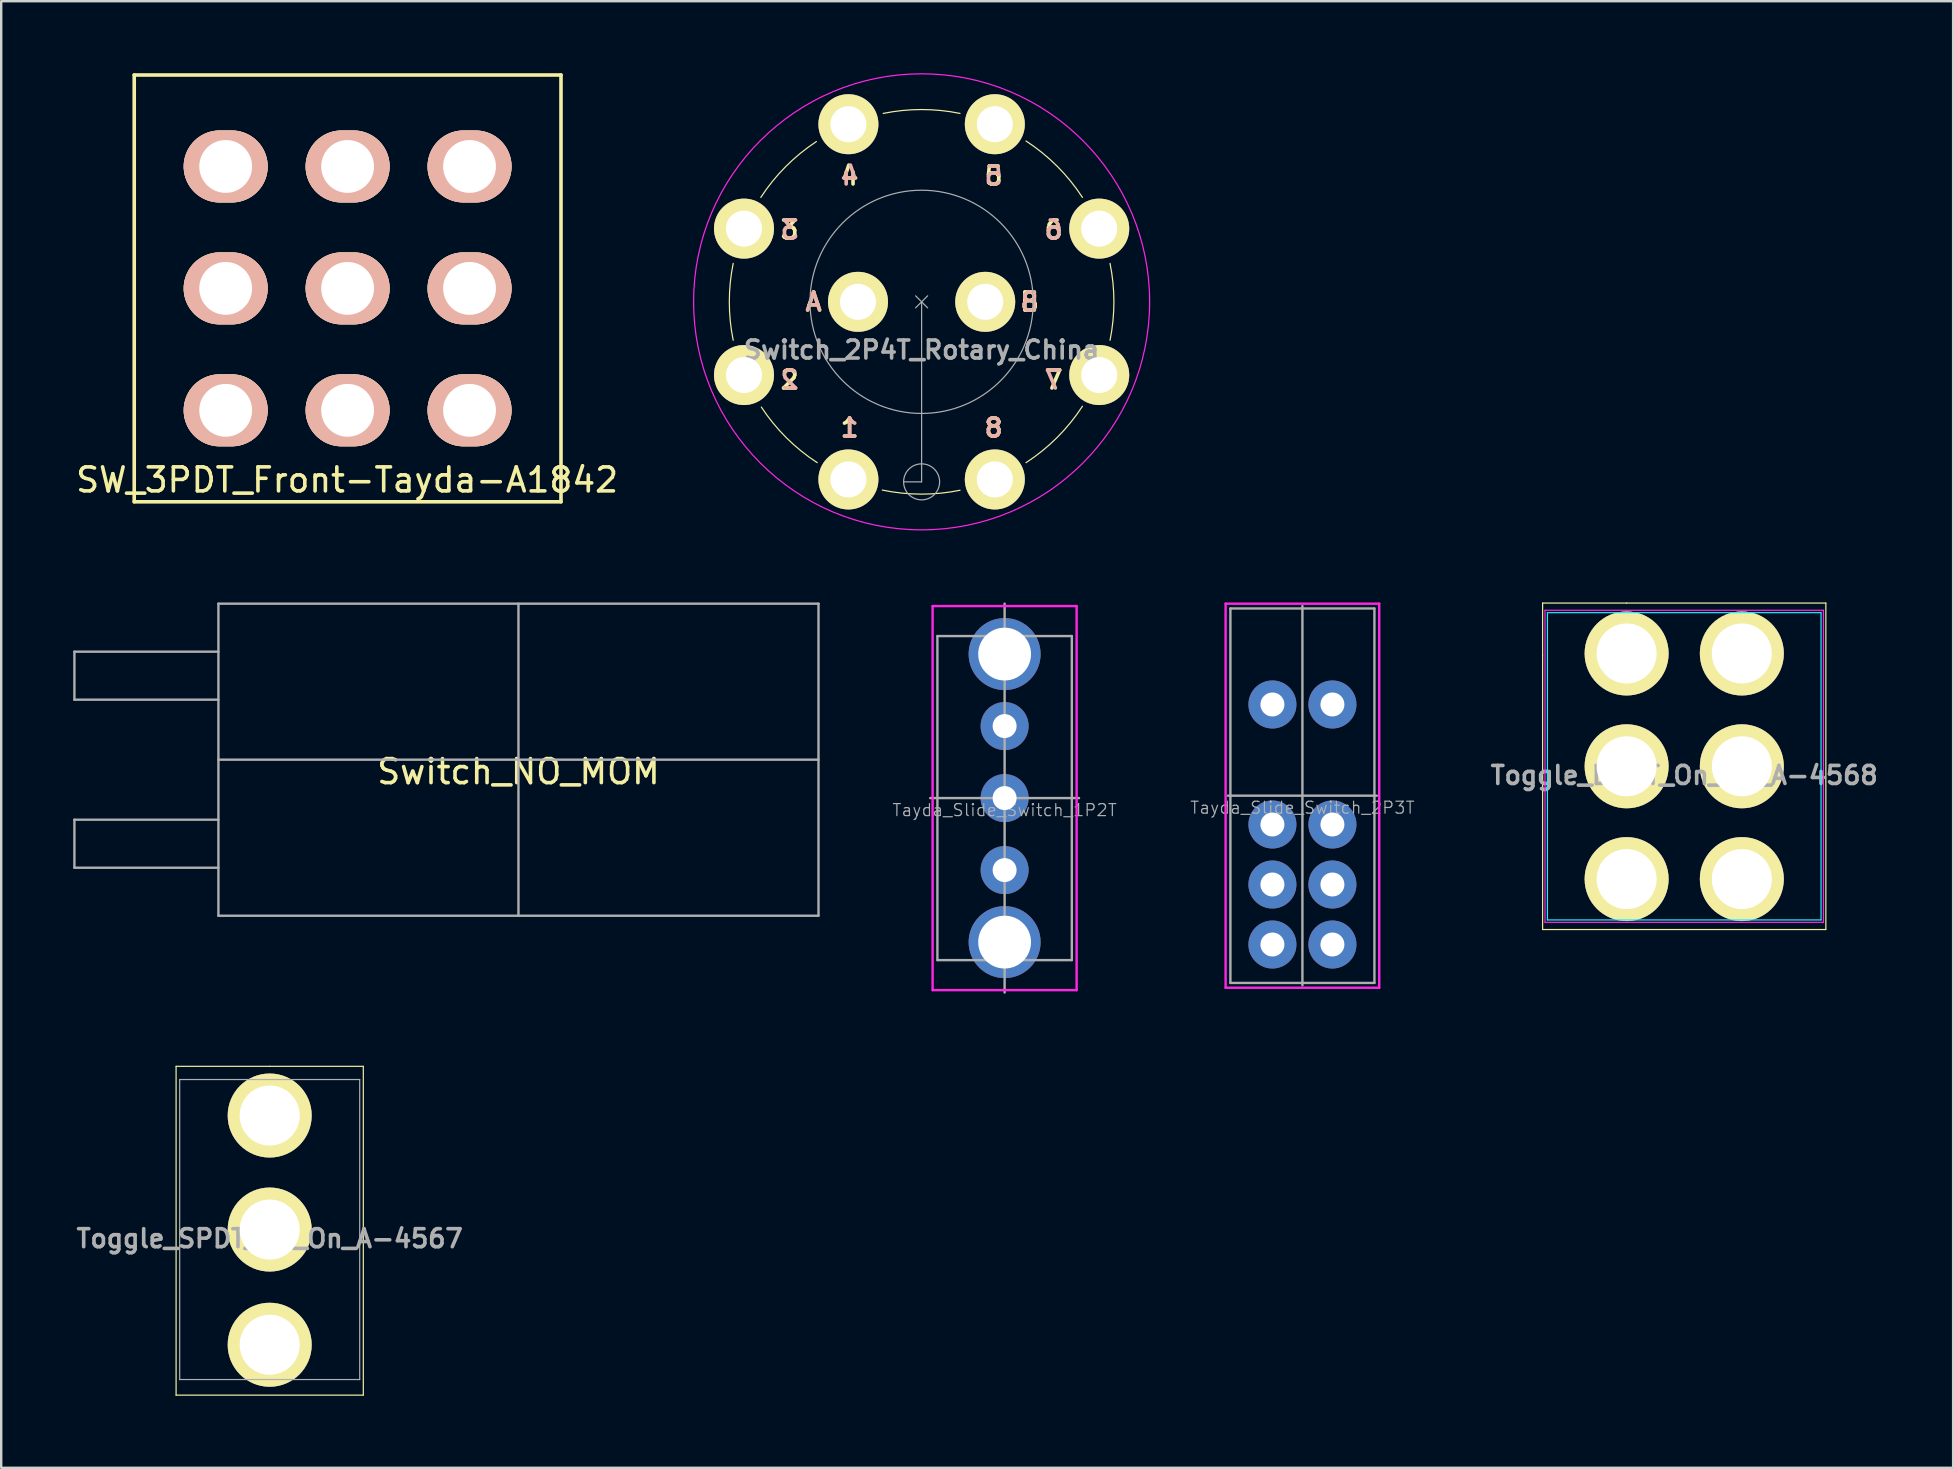
<source format=kicad_pcb>
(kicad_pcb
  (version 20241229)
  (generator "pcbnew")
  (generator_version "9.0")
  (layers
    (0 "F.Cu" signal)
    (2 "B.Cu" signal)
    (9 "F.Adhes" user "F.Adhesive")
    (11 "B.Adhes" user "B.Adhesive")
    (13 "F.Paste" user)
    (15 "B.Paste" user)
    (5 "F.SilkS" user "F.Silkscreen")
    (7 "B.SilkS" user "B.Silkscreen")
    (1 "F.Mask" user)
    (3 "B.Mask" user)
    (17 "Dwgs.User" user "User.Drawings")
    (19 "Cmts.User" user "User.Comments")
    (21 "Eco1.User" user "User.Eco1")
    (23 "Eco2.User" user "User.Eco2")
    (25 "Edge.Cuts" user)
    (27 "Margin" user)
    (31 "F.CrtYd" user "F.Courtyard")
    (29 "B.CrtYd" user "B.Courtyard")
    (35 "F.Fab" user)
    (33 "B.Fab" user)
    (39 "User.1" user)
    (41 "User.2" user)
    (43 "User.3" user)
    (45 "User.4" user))
  (footprint "Switch_NO_MOM"
    (layer "F.Cu")
    (at 18.55 28.6)
    (property "Reference" "Switch_NO_MOM" (at 0 0.5 0) (layer "F.SilkS") (effects (font (size 1 1) (thickness 0.15))))
    (attr through_hole)
    (fp_line (start -18.5 -4.5) (end -18.5 -2.5) (stroke (width 0.1) (type solid)) (layer "F.Fab"))
    (fp_line (start -18.5 -2.5) (end -12.5 -2.5) (stroke (width 0.1) (type solid)) (layer "F.Fab"))
    (fp_line (start -18.5 2.5) (end -12.5 2.5) (stroke (width 0.1) (type solid)) (layer "F.Fab"))
    (fp_line (start -18.5 4.5) (end -18.5 2.5) (stroke (width 0.1) (type solid)) (layer "F.Fab"))
    (fp_line (start -12.5 -6.5) (end -12.5 6.5) (stroke (width 0.1) (type solid)) (layer "F.Fab"))
    (fp_line (start -12.5 -4.5) (end -18.5 -4.5) (stroke (width 0.1) (type solid)) (layer "F.Fab"))
    (fp_line (start -12.5 0) (end 12.5 0) (stroke (width 0.1) (type solid)) (layer "F.Fab"))
    (fp_line (start -12.5 4.5) (end -18.5 4.5) (stroke (width 0.1) (type solid)) (layer "F.Fab"))
    (fp_line (start -12.5 6.5) (end 12.5 6.5) (stroke (width 0.1) (type solid)) (layer "F.Fab"))
    (fp_line (start 0 -6.5) (end 0 6.5) (stroke (width 0.1) (type solid)) (layer "F.Fab"))
    (fp_line (start 12.5 -6.5) (end -12.5 -6.5) (stroke (width 0.1) (type solid)) (layer "F.Fab"))
    (fp_line (start 12.5 6.5) (end 12.5 -6.5) (stroke (width 0.1) (type solid)) (layer "F.Fab")))
  (footprint "Tayda_Slide_Switch_2P3T"
    (layer "F.Cu")
    (at 51.211 30.1)
    (property "Reference" "Tayda_Slide_Switch_2P3T" (at 0 0.5 0) (layer "F.Fab") (effects (font (size 0.5 0.5) (thickness 0.05))))
    (attr through_hole)
    (fp_line (start -3.2 -8) (end 3.2 -8) (stroke (width 0.1) (type solid)) (layer "F.CrtYd"))
    (fp_line (start -3.2 8) (end -3.2 -8) (stroke (width 0.1) (type solid)) (layer "F.CrtYd"))
    (fp_line (start 3.2 -8) (end 3.2 8) (stroke (width 0.1) (type solid)) (layer "F.CrtYd"))
    (fp_line (start 3.2 8) (end -3.2 8) (stroke (width 0.1) (type solid)) (layer "F.CrtYd"))
    (fp_line (start -3.1 0) (end 3.1 0) (stroke (width 0.1) (type solid)) (layer "F.Fab"))
    (fp_line (start -3 -7.8) (end -3 7.8) (stroke (width 0.1) (type solid)) (layer "F.Fab"))
    (fp_line (start -3 7.8) (end 3 7.8) (stroke (width 0.1) (type solid)) (layer "F.Fab"))
    (fp_line (start 0 -7.9) (end 0 7.9) (stroke (width 0.1) (type solid)) (layer "F.Fab"))
    (fp_line (start 3 -7.8) (end -3 -7.8) (stroke (width 0.1) (type solid)) (layer "F.Fab"))
    (fp_line (start 3 7.8) (end 3 -7.8) (stroke (width 0.1) (type solid)) (layer "F.Fab"))
    (pad "1" thru_hole circle (at -1.25 -3.8) (size 2 2) (drill 1) (layers "*.Cu" "*.Mask"))
    (pad "1" thru_hole circle (at -1.25 1.2) (size 2 2) (drill 1) (layers "*.Cu" "*.Mask"))
    (pad "1" thru_hole circle (at -1.25 3.7) (size 2 2) (drill 1) (layers "*.Cu" "*.Mask"))
    (pad "1" thru_hole circle (at -1.25 6.2) (size 2 2) (drill 1) (layers "*.Cu" "*.Mask"))
    (pad "1" thru_hole circle (at 1.25 -3.8) (size 2 2) (drill 1) (layers "*.Cu" "*.Mask"))
    (pad "1" thru_hole circle (at 1.25 3.7) (size 2 2) (drill 1) (layers "*.Cu" "*.Mask"))
    (pad "1" thru_hole circle (at 1.25 6.2) (size 2 2) (drill 1) (layers "*.Cu" "*.Mask"))
    (pad "2" thru_hole circle (at 1.25 1.2) (size 2 2) (drill 1) (layers "*.Cu" "*.Mask")))
  (footprint "Tayda_Slide_Switch_1P2T"
    (layer "F.Cu")
    (at 38.804 30.2)
    (property "Reference" "Tayda_Slide_Switch_1P2T" (at 0 0.5 0) (layer "F.Fab") (effects (font (size 0.5 0.5) (thickness 0.05))))
    (attr through_hole)
    (fp_line (start -3 -8) (end 0 -8) (stroke (width 0.1) (type solid)) (layer "F.CrtYd"))
    (fp_line (start -3 8) (end -3 -8) (stroke (width 0.1) (type solid)) (layer "F.CrtYd"))
    (fp_line (start 0 -8) (end 3 -8) (stroke (width 0.1) (type solid)) (layer "F.CrtYd"))
    (fp_line (start 3 -8) (end 3 8) (stroke (width 0.1) (type solid)) (layer "F.CrtYd"))
    (fp_line (start 3 8) (end -3 8) (stroke (width 0.1) (type solid)) (layer "F.CrtYd"))
    (fp_line (start -2.8 -6.75) (end -2.8 6.75) (stroke (width 0.1) (type solid)) (layer "F.Fab"))
    (fp_line (start -2.8 6.75) (end 2.8 6.75) (stroke (width 0.1) (type solid)) (layer "F.Fab"))
    (fp_line (start 0 -8.1) (end 0 8.1) (stroke (width 0.1) (type solid)) (layer "F.Fab"))
    (fp_line (start 2.8 -6.75) (end -2.8 -6.75) (stroke (width 0.1) (type solid)) (layer "F.Fab"))
    (fp_line (start 2.8 6.75) (end 2.8 -6.75) (stroke (width 0.1) (type solid)) (layer "F.Fab"))
    (fp_line (start 3.1 0) (end -3.1 0) (stroke (width 0.1) (type solid)) (layer "F.Fab"))
    (pad "1" thru_hole circle (at 0 0) (size 2 2) (drill 1) (layers "*.Cu" "*.Mask"))
    (pad "2" thru_hole circle (at 0 -3) (size 2 2) (drill 1) (layers "*.Cu" "*.Mask"))
    (pad "3" thru_hole circle (at 0 3) (size 2 2) (drill 1) (layers "*.Cu" "*.Mask"))
    (pad "MH" thru_hole circle (at 0 -6) (size 3 3) (drill 2.2) (layers "*.Cu" "*.Mask"))
    (pad "MH" thru_hole circle (at 0 6) (size 3 3) (drill 2.2) (layers "*.Cu" "*.Mask")))
  (footprint "Toggle_SPDT_On_On_A-4567"
    (layer "F.Cu")
    (at 8.186 48.175)
    (property "Reference" "Toggle_SPDT_On_On_A-4567" (at 0 0.375 0) (layer "F.Fab") (effects (font (size 0.75 0.75) (thickness 0.15))))
    (attr through_hole)
    (fp_line (start -3.9 -6.8) (end -3.9 6.9) (stroke (width 0.05) (type solid)) (layer "F.SilkS"))
    (fp_line (start -3.9 6.9) (end 3.9 6.9) (stroke (width 0.05) (type solid)) (layer "F.SilkS"))
    (fp_line (start 0 -6.8) (end -3.9 -6.8) (stroke (width 0.05) (type solid)) (layer "F.SilkS"))
    (fp_line (start 3.9 -6.8) (end 0 -6.8) (stroke (width 0.05) (type solid)) (layer "F.SilkS"))
    (fp_line (start 3.9 6.9) (end 3.9 -6.8) (stroke (width 0.05) (type solid)) (layer "F.SilkS"))
    (fp_line (start -3.75 -6.25) (end -3.75 6.25) (stroke (width 0.05) (type solid)) (layer "F.Fab"))
    (fp_line (start -3.75 6.25) (end 3.75 6.25) (stroke (width 0.05) (type solid)) (layer "F.Fab"))
    (fp_line (start 3.75 -6.25) (end -3.75 -6.25) (stroke (width 0.05) (type solid)) (layer "F.Fab"))
    (fp_line (start 3.75 6.25) (end 3.75 -6.25) (stroke (width 0.05) (type solid)) (layer "F.Fab"))
    (pad "1" thru_hole circle (at 0 -4.75) (size 3.5 3.5) (drill 2.5) (layers "*.Cu" "*.Mask" "F.SilkS"))
    (pad "2" thru_hole circle (at 0 0) (size 3.5 3.5) (drill 2.5) (layers "*.Cu" "*.Mask" "F.SilkS"))
    (pad "3" thru_hole circle (at 0 4.8) (size 3.5 3.5) (drill 2.5) (layers "*.Cu" "*.Mask" "F.SilkS")))
  (footprint "SW_3PDT_Front-Tayda-A1842"
    (layer "F.Cu")
    (at 11.432 8.965)
    (property "Reference" "SW_3PDT_Front-Tayda-A1842" (at -0.021 7.98 0) (layer "F.SilkS") (effects (font (size 1 1) (thickness 0.15))))
    (attr through_hole)
    (fp_line (start -8.89 -8.89) (end -8.89 8.89) (stroke (width 0.15) (type solid)) (layer "F.SilkS"))
    (fp_line (start -8.89 8.89) (end 8.89 8.89) (stroke (width 0.15) (type solid)) (layer "F.SilkS"))
    (fp_line (start 8.89 -8.89) (end -8.89 -8.89) (stroke (width 0.15) (type solid)) (layer "F.SilkS"))
    (fp_line (start 8.89 8.89) (end 8.89 -8.89) (stroke (width 0.15) (type solid)) (layer "F.SilkS"))
    (pad "1" thru_hole oval (at -5.08 -5.08) (size 3.5 3) (drill 2.2) (layers "*.Cu" "*.SilkS" "*.Mask"))
    (pad "2" thru_hole oval (at -5.08 0) (size 3.5 3) (drill 2.2) (layers "*.Cu" "*.SilkS" "*.Mask"))
    (pad "3" thru_hole oval (at -5.08 5.08) (size 3.5 3) (drill 2.2) (layers "*.Cu" "*.SilkS" "*.Mask"))
    (pad "4" thru_hole oval (at 0 -5.08) (size 3.5 3) (drill 2.2) (layers "*.Cu" "*.SilkS" "*.Mask"))
    (pad "5" thru_hole oval (at 0 0) (size 3.5 3) (drill 2.2) (layers "*.Cu" "*.SilkS" "*.Mask"))
    (pad "6" thru_hole oval (at 0 5.08) (size 3.5 3) (drill 2.2) (layers "*.Cu" "*.SilkS" "*.Mask"))
    (pad "7" thru_hole oval (at 5.08 -5.08) (size 3.5 3) (drill 2.2) (layers "*.Cu" "*.SilkS" "*.Mask"))
    (pad "8" thru_hole oval (at 5.08 0) (size 3.5 3) (drill 2.2) (layers "*.Cu" "*.SilkS" "*.Mask"))
    (pad "9" thru_hole oval (at 5.08 5.08) (size 3.5 3) (drill 2.2) (layers "*.Cu" "*.SilkS" "*.Mask")))
  (footprint "Toggle_DPDT_On_On_A-4568"
    (layer "F.Cu")
    (at 67.118 28.875)
    (property "Reference" "Toggle_DPDT_On_On_A-4568" (at 0 0.375 0) (layer "F.Fab") (effects (font (size 0.75 0.75) (thickness 0.15))))
    (attr through_hole)
    (fp_line (start -5.9 -6.8) (end -5.9 -4.6) (stroke (width 0.05) (type solid)) (layer "F.SilkS"))
    (fp_line (start -5.9 -4.6) (end -5.9 6.8) (stroke (width 0.05) (type solid)) (layer "F.SilkS"))
    (fp_line (start -5.9 6.8) (end 5.9 6.8) (stroke (width 0.05) (type solid)) (layer "F.SilkS"))
    (fp_line (start -2.4 -6.8) (end -5.9 -6.8) (stroke (width 0.05) (type solid)) (layer "F.SilkS"))
    (fp_line (start 5.9 -6.8) (end -2.4 -6.8) (stroke (width 0.05) (type solid)) (layer "F.SilkS"))
    (fp_line (start 5.9 6.8) (end 5.9 -6.8) (stroke (width 0.05) (type solid)) (layer "F.SilkS"))
    (fp_line (start -5.7 -6.4) (end -5.7 6.4) (stroke (width 0.05) (type solid)) (layer "B.CrtYd"))
    (fp_line (start -5.7 6.4) (end 5.7 6.4) (stroke (width 0.05) (type solid)) (layer "B.CrtYd"))
    (fp_line (start 5.7 -6.4) (end -5.7 -6.4) (stroke (width 0.05) (type solid)) (layer "B.CrtYd"))
    (fp_line (start 5.7 6.4) (end 5.7 -6.4) (stroke (width 0.05) (type solid)) (layer "B.CrtYd"))
    (fp_line (start -5.8 -6.5) (end -5.8 6.5) (stroke (width 0.05) (type solid)) (layer "F.CrtYd"))
    (fp_line (start -5.8 6.5) (end 5.8 6.5) (stroke (width 0.05) (type solid)) (layer "F.CrtYd"))
    (fp_line (start 5.8 -6.5) (end -5.8 -6.5) (stroke (width 0.05) (type solid)) (layer "F.CrtYd"))
    (fp_line (start 5.8 6.5) (end 5.8 -6.5) (stroke (width 0.05) (type solid)) (layer "F.CrtYd"))
    (pad "1" thru_hole circle (at -2.4 0) (size 3.5 3.5) (drill 2.5) (layers "*.Cu" "*.Mask" "F.SilkS"))
    (pad "2" thru_hole circle (at 2.4 0) (size 3.5 3.5) (drill 2.5) (layers "*.Cu" "*.Mask" "F.SilkS"))
    (pad "3" thru_hole circle (at 2.4 -4.7) (size 3.5 3.5) (drill 2.5) (layers "*.Cu" "*.Mask" "F.SilkS"))
    (pad "4" thru_hole circle (at -2.4 -4.7) (size 3.5 3.5) (drill 2.5) (layers "*.Cu" "*.Mask" "F.SilkS"))
    (pad "5" thru_hole circle (at -2.4 4.7) (size 3.5 3.5) (drill 2.5) (layers "*.Cu" "*.Mask" "F.SilkS"))
    (pad "6" thru_hole circle (at 2.4 4.7) (size 3.5 3.5) (drill 2.5) (layers "*.Cu" "*.Mask" "F.SilkS")))
  (footprint "Switch_2P4T_Rotary_China"
    (layer "F.Cu")
    (at 35.346 9.525)
    (property "Reference" "Switch_2P4T_Rotary_China" (at 0 2 0) (layer "F.Fab") (effects (font (size 0.75 0.75) (thickness 0.15))))
    (attr through_hole)
    (fp_arc (start -7.85 1.6) (mid -8.011398 0) (end -7.85 -1.6) (stroke (width 0.05) (type solid)) (layer "F.SilkS"))
    (fp_arc (start -6.7 -4.35) (mid -5.663319 -5.633766) (end -4.384994 -6.67715) (stroke (width 0.05) (type solid)) (layer "F.SilkS"))
    (fp_arc (start -4.35 6.7) (mid -5.633766 5.663319) (end -6.67715 4.384994) (stroke (width 0.05) (type solid)) (layer "F.SilkS"))
    (fp_arc (start -1.6 -7.85) (mid 0 -8.011398) (end 1.6 -7.85) (stroke (width 0.05) (type solid)) (layer "F.SilkS"))
    (fp_arc (start 1.6 7.85) (mid -0.019361 8.011375) (end -1.637923 7.842175) (stroke (width 0.05) (type solid)) (layer "F.SilkS"))
    (fp_arc (start 4.35 -6.7) (mid 5.648562 -5.648562) (end 6.7 -4.35) (stroke (width 0.05) (type solid)) (layer "F.SilkS"))
    (fp_arc (start 6.7 4.35) (mid 5.648562 5.648562) (end 4.35 6.7) (stroke (width 0.05) (type solid)) (layer "F.SilkS"))
    (fp_arc (start 7.85 -1.6) (mid 8.011398 0) (end 7.85 1.6) (stroke (width 0.05) (type solid)) (layer "F.SilkS"))
    (fp_circle (center 0 0) (end 0 -9.5) (stroke (width 0.05) (type solid)) (fill no) (layer "F.CrtYd"))
    (fp_line (start -0.25 -0.25) (end 0.25 0.25) (stroke (width 0.05) (type solid)) (layer "F.Fab"))
    (fp_line (start 0 0) (end 0 7.5) (stroke (width 0.05) (type solid)) (layer "F.Fab"))
    (fp_line (start 0 7.5) (end -0.75 7.5) (stroke (width 0.05) (type solid)) (layer "F.Fab"))
    (fp_line (start 0.25 -0.25) (end -0.25 0.25) (stroke (width 0.05) (type solid)) (layer "F.Fab"))
    (fp_circle (center 0 0) (end 4.65 0) (stroke (width 0.05) (type solid)) (fill no) (layer "F.Fab"))
    (fp_circle (center 0 7.5) (end 0 8.25) (stroke (width 0.05) (type solid)) (fill no) (layer "F.Fab"))
    (fp_text user "1" (at -3 5.25 0) (layer "F.SilkS") (effects (font (size 0.75 0.75) (thickness 0.15))))
    (fp_text user "5" (at 3 -5.25 0) (layer "F.SilkS") (effects (font (size 0.75 0.75) (thickness 0.15))))
    (fp_text user "2" (at -5.5 3.25 0) (layer "F.SilkS") (effects (font (size 0.75 0.75) (thickness 0.15))))
    (fp_text user "B" (at 4.5 0 0) (layer "F.SilkS") (effects (font (size 0.75 0.75) (thickness 0.15))))
    (fp_text user "A" (at -4.5 0 0) (layer "F.SilkS") (effects (font (size 0.75 0.75) (thickness 0.15))))
    (fp_text user "7" (at 5.5 3.25 0) (layer "F.SilkS") (effects (font (size 0.75 0.75) (thickness 0.15))))
    (fp_text user "6" (at 5.5 -3 0) (layer "F.SilkS") (effects (font (size 0.75 0.75) (thickness 0.15))))
    (fp_text user "4" (at -3 -5.25 0) (layer "F.SilkS") (effects (font (size 0.75 0.75) (thickness 0.15))))
    (fp_text user "8" (at 3 5.25 0) (layer "F.SilkS") (effects (font (size 0.75 0.75) (thickness 0.15))))
    (fp_text user "3" (at -5.5 -3 0) (layer "F.SilkS") (effects (font (size 0.75 0.75) (thickness 0.15))))
    (fp_text user "3" (at -5.5 -3 0) (layer "B.SilkS") (effects (font (size 0.75 0.75) (thickness 0.15)) (justify mirror)))
    (fp_text user "8" (at 3 5.25 0) (layer "B.SilkS") (effects (font (size 0.75 0.75) (thickness 0.15)) (justify mirror)))
    (fp_text user "6" (at 5.5 -3 0) (layer "B.SilkS") (effects (font (size 0.75 0.75) (thickness 0.15)) (justify mirror)))
    (fp_text user "5" (at 3 -5.25 0) (layer "B.SilkS") (effects (font (size 0.75 0.75) (thickness 0.15)) (justify mirror)))
    (fp_text user "7" (at 5.5 3.25 0) (layer "B.SilkS") (effects (font (size 0.75 0.75) (thickness 0.15)) (justify mirror)))
    (fp_text user "2" (at -5.5 3.25 0) (layer "B.SilkS") (effects (font (size 0.75 0.75) (thickness 0.15)) (justify mirror)))
    (fp_text user "4" (at -3 -5.25 0) (layer "B.SilkS") (effects (font (size 0.75 0.75) (thickness 0.15)) (justify mirror)))
    (fp_text user "A" (at -4.5 0 0) (layer "B.SilkS") (effects (font (size 0.75 0.75) (thickness 0.15)) (justify mirror)))
    (fp_text user "B" (at 4.5 0 0) (layer "B.SilkS") (effects (font (size 0.75 0.75) (thickness 0.15)) (justify mirror)))
    (fp_text user "1" (at -3 5.25 0) (layer "B.SilkS") (effects (font (size 0.75 0.75) (thickness 0.15)) (justify mirror)))
    (fp_text user "D=9.3 " (at 0 0.75 0) (layer "Eco1.User") (effects (font (size 0.25 0.25) (thickness 0.05))))
    (fp_text user "FRONT" (at 0 -0.75 0) (layer "Eco1.User") (effects (font (size 0.25 0.25) (thickness 0.05))))
    (fp_text user "r=2.5" (at 0 7.75 0) (layer "Eco1.User") (effects (font (size 0.25 0.25) (thickness 0.05))))
    (fp_text user "R=7.5" (at 0 6.5 0) (layer "Eco1.User") (effects (font (size 0.25 0.25) (thickness 0.05))))
    (fp_text user "ANTI-ROTATION TAB" (at 0 6 0) (layer "Eco1.User") (effects (font (size 0.25 0.25) (thickness 0.05))))
    (fp_text user "FRONT PANEL CUTOUT" (at 0 8.75 0) (layer "Eco1.User") (effects (font (size 0.25 0.25) (thickness 0.05))))
    (fp_text user "M9x0.75" (at 0 1.25 0) (layer "Eco1.User") (effects (font (size 0.25 0.25) (thickness 0.05))))
    (fp_text user "PANEL CUTOUT" (at 0 -1.25 0) (layer "Eco1.User") (effects (font (size 0.25 0.25) (thickness 0.05))))
    (pad "1" thru_hole circle (at -3.05 7.4) (size 2.5 2.5) (drill 1.5) (layers "*.Cu" "*.Mask" "F.SilkS"))
    (pad "2" thru_hole circle (at -7.4 3.05) (size 2.5 2.5) (drill 1.5) (layers "*.Cu" "*.Mask" "F.SilkS"))
    (pad "3" thru_hole circle (at -7.4 -3.05) (size 2.5 2.5) (drill 1.5) (layers "*.Cu" "*.Mask" "F.SilkS"))
    (pad "4" thru_hole circle (at -3.05 -7.4) (size 2.5 2.5) (drill 1.5) (layers "*.Cu" "*.Mask" "F.SilkS"))
    (pad "5" thru_hole circle (at 3.05 -7.4) (size 2.5 2.5) (drill 1.5) (layers "*.Cu" "*.Mask" "F.SilkS"))
    (pad "6" thru_hole circle (at 7.4 -3.05) (size 2.5 2.5) (drill 1.5) (layers "*.Cu" "*.Mask" "F.SilkS"))
    (pad "7" thru_hole circle (at 7.4 3.05) (size 2.5 2.5) (drill 1.5) (layers "*.Cu" "*.Mask" "F.SilkS"))
    (pad "8" thru_hole circle (at 3.05 7.4) (size 2.5 2.5) (drill 1.5) (layers "*.Cu" "*.Mask" "F.SilkS"))
    (pad "A" thru_hole circle (at -2.65 0) (size 2.5 2.5) (drill 1.5) (layers "*.Cu" "*.Mask" "F.SilkS"))
    (pad "A" thru_hole circle (at 2.65 0) (size 2.5 2.5) (drill 1.5) (layers "*.Cu" "*.Mask" "F.SilkS")))
  (gr_rect
    (start -3 -3)
    (end 78.321 58.1)
    (stroke (width 0.1) (type default))
    (fill no)
    (layer "Edge.Cuts")))
</source>
